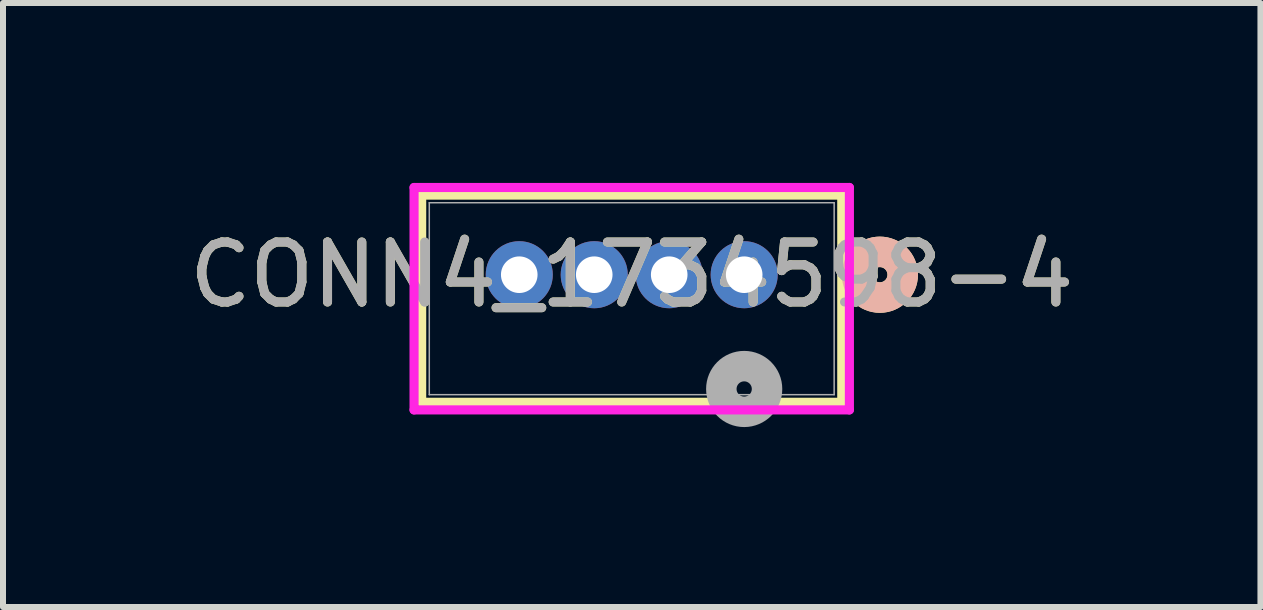
<source format=kicad_pcb>
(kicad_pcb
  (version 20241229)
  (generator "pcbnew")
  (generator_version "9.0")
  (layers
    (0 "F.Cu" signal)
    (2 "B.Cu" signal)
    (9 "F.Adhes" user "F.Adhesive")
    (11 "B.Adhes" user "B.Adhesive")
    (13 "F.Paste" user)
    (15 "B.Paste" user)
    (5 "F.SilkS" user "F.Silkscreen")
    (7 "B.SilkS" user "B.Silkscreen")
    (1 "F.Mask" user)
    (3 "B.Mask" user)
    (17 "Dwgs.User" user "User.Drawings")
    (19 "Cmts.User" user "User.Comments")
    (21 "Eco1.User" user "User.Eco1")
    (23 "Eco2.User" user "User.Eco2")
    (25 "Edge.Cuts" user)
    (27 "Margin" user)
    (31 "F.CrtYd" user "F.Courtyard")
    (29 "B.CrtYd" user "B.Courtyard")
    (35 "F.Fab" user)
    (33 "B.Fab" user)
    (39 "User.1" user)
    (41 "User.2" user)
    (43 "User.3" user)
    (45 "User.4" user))
  (footprint "CONN4_1734598-4"
    (layer "F.Cu")
    (at 9.357 1.53)
    (property "Reference" "CONN4_1734598-4" (at -1.875 0 0) (unlocked yes) (layer "F.SilkS") (effects (font (size 1 1) (thickness 0.15))))
    (attr through_hole)
    (fp_line (start -5.377 -1.327) (end -5.377 2.127) (stroke (width 0.152) (type solid)) (layer "F.SilkS"))
    (fp_line (start -5.377 2.127) (end 1.627 2.127) (stroke (width 0.152) (type solid)) (layer "F.SilkS"))
    (fp_line (start 1.627 -1.327) (end -5.377 -1.327) (stroke (width 0.152) (type solid)) (layer "F.SilkS"))
    (fp_line (start 1.627 2.127) (end 1.627 -1.327) (stroke (width 0.152) (type solid)) (layer "F.SilkS"))
    (fp_circle (center 2.262 0) (end 2.643 0) (stroke (width 0.508) (type solid)) (fill no) (layer "F.SilkS"))
    (fp_circle (center 2.262 0) (end 2.643 0) (stroke (width 0.508) (type solid)) (fill no) (layer "B.SilkS"))
    (fp_line (start -5.504 -1.454) (end -5.504 2.254) (stroke (width 0.152) (type solid)) (layer "F.CrtYd"))
    (fp_line (start -5.504 2.254) (end 1.754 2.254) (stroke (width 0.152) (type solid)) (layer "F.CrtYd"))
    (fp_line (start 1.754 -1.454) (end -5.504 -1.454) (stroke (width 0.152) (type solid)) (layer "F.CrtYd"))
    (fp_line (start 1.754 2.254) (end 1.754 -1.454) (stroke (width 0.152) (type solid)) (layer "F.CrtYd"))
    (fp_line (start -5.25 -1.2) (end -5.25 2) (stroke (width 0.025) (type solid)) (layer "F.Fab"))
    (fp_line (start -5.25 2) (end 1.5 2) (stroke (width 0.025) (type solid)) (layer "F.Fab"))
    (fp_line (start 1.5 -1.2) (end -5.25 -1.2) (stroke (width 0.025) (type solid)) (layer "F.Fab"))
    (fp_line (start 1.5 2) (end 1.5 -1.2) (stroke (width 0.025) (type solid)) (layer "F.Fab"))
    (fp_circle (center 0 1.905) (end 0.381 1.905) (stroke (width 0.508) (type solid)) (fill no) (layer "F.Fab"))
    (fp_text user "${REFERENCE}" (at -1.875 0 0) (unlocked yes) (layer "F.Fab") (effects (font (size 1 1) (thickness 0.15))))
    (pad "1" thru_hole circle (at 0 0) (size 1.118 1.118) (drill 0.61) (layers "*.Cu" "*.Mask"))
    (pad "2" thru_hole circle (at -1.25 0) (size 1.118 1.118) (drill 0.61) (layers "*.Cu" "*.Mask"))
    (pad "3" thru_hole circle (at -2.5 0) (size 1.118 1.118) (drill 0.61) (layers "*.Cu" "*.Mask"))
    (pad "4" thru_hole circle (at -3.75 0) (size 1.118 1.118) (drill 0.61) (layers "*.Cu" "*.Mask")))
  (gr_rect
    (start -3 -3)
    (end 17.964 7.07)
    (stroke (width 0.1) (type default))
    (fill no)
    (layer "Edge.Cuts")))
</source>
